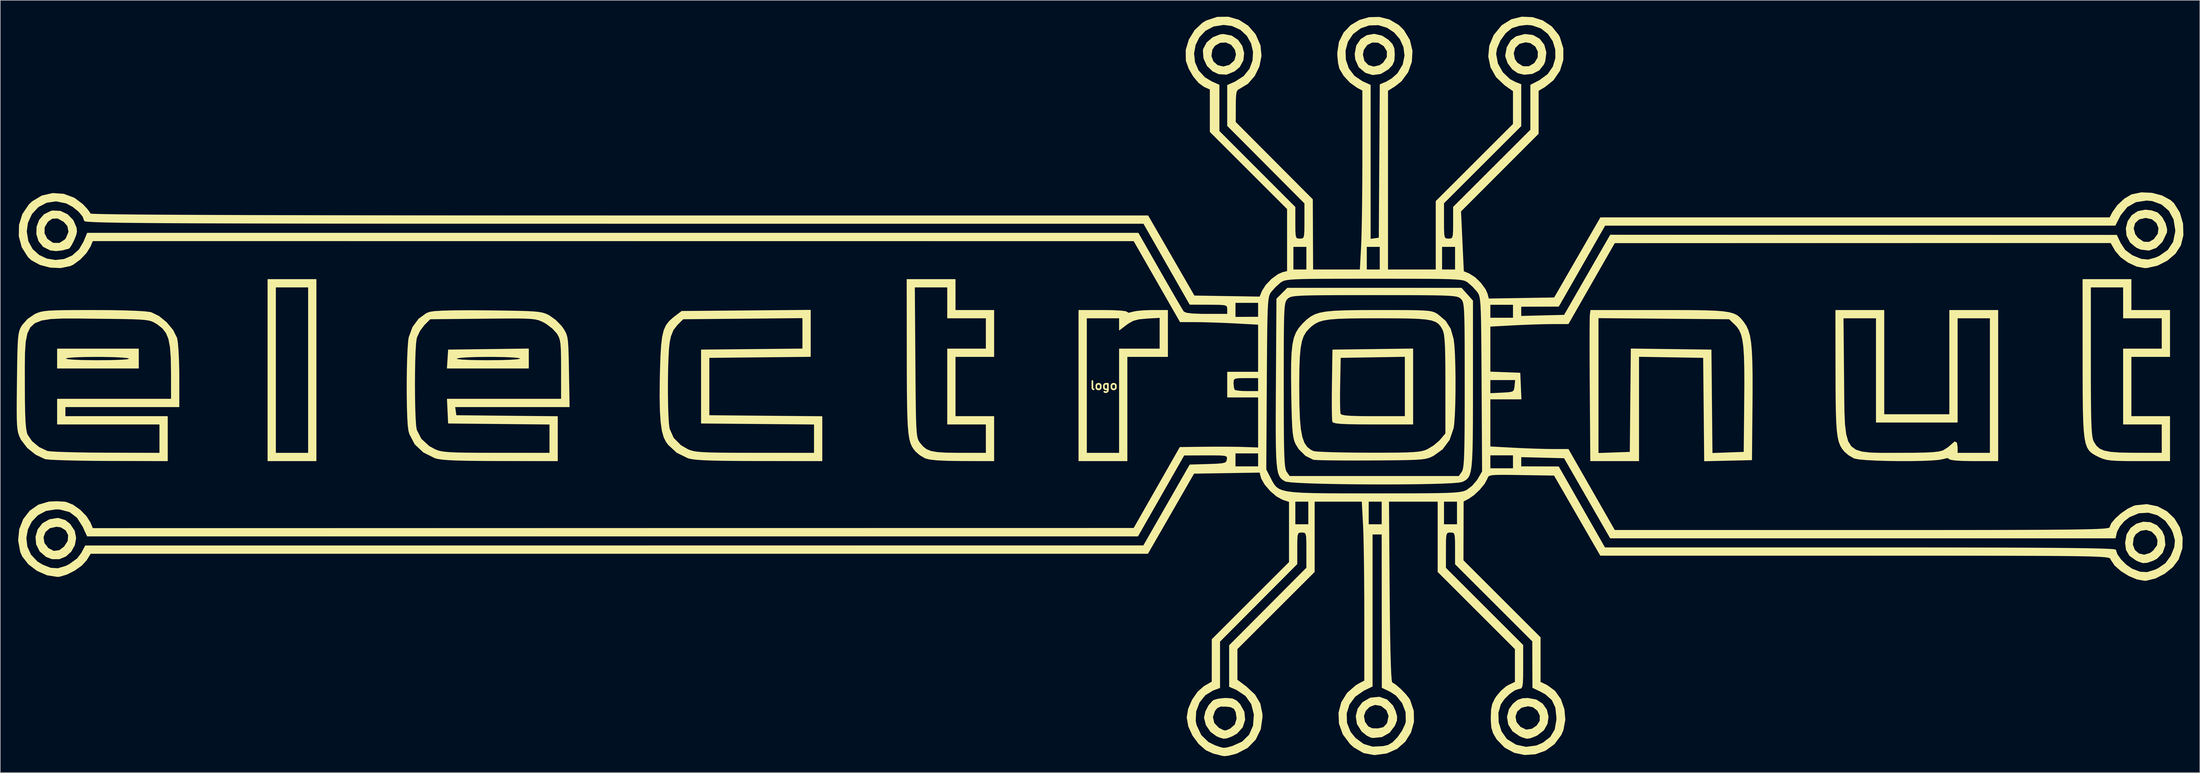
<source format=kicad_pcb>
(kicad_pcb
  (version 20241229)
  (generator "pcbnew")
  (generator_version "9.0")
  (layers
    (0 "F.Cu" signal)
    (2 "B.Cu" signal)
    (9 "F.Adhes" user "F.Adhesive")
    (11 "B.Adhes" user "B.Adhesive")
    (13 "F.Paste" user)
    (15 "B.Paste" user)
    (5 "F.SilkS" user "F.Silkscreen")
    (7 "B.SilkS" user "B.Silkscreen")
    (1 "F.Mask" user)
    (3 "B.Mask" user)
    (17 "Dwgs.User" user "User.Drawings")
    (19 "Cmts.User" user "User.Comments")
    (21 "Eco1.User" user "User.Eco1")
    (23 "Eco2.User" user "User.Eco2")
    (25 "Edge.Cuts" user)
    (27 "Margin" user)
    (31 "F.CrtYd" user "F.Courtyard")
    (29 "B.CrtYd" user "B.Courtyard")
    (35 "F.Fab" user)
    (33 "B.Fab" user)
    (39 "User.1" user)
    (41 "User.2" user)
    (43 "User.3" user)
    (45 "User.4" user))
  (footprint "logo"
    (layer "F.Cu")
    (at 198.642 67.426)
    (property "Reference" "logo" (at 0 0 0) (layer "F.SilkS") (effects (font (size 1.524 1.524) (thickness 0.3))))
    (attr through_hole)
    (fp_poly (pts (xy -143.933 13.758) (xy -145.344 13.758) (xy -145.344 12.347) (xy -145.344 -2.822) (xy -145.344 -17.992) (xy -148.343 -17.992) (xy -151.342 -17.992) (xy -151.342 -2.822) (xy -151.342 12.347) (xy -148.343 12.347) (xy -145.344 12.347) (xy -145.344 13.758) (xy -148.343 13.758) (xy -152.753 13.758) (xy -152.753 -2.822) (xy -152.753 -19.403) (xy -148.343 -19.403) (xy -143.933 -19.403) (xy -143.933 -2.822) (xy -143.933 13.758)) (stroke (width 0.1) (type solid)) (fill yes) (layer "F.SilkS"))
    (fp_poly (pts (xy -176.389 -3.175) (xy -177.976 -3.175) (xy -177.976 -4.939) (xy -178.404 -5.072) (xy -179.454 -5.178) (xy -181.041 -5.251) (xy -183.083 -5.288) (xy -183.994 -5.292) (xy -186.284 -5.271) (xy -188.044 -5.21) (xy -189.222 -5.113) (xy -189.764 -4.983) (xy -189.794 -4.939) (xy -189.45 -4.801) (xy -188.452 -4.695) (xy -186.851 -4.623) (xy -184.697 -4.589) (xy -183.776 -4.586) (xy -181.347 -4.606) (xy -179.558 -4.665) (xy -178.428 -4.761) (xy -177.977 -4.894) (xy -177.976 -4.939) (xy -177.976 -3.175) (xy -183.797 -3.175) (xy -191.206 -3.175) (xy -191.206 -4.939) (xy -191.206 -6.703) (xy -183.797 -6.703) (xy -176.389 -6.703) (xy -176.389 -4.939) (xy -176.389 -3.175)) (stroke (width 0.1) (type solid)) (fill yes) (layer "F.SilkS"))
    (fp_poly (pts (xy -105.128 -3.175) (xy -106.539 -3.175) (xy -106.539 -4.939) (xy -106.882 -5.078) (xy -107.878 -5.185) (xy -109.471 -5.257) (xy -111.609 -5.29) (xy -112.339 -5.292) (xy -114.536 -5.271) (xy -116.313 -5.211) (xy -117.584 -5.117) (xy -118.268 -4.994) (xy -118.357 -4.939) (xy -118.107 -4.796) (xy -117.173 -4.689) (xy -115.573 -4.619) (xy -113.327 -4.588) (xy -112.557 -4.586) (xy -110.213 -4.606) (xy -108.402 -4.665) (xy -107.176 -4.759) (xy -106.586 -4.885) (xy -106.539 -4.939) (xy -106.539 -3.175) (xy -112.555 -3.175) (xy -119.983 -3.175) (xy -119.876 -4.851) (xy -119.768 -6.526) (xy -112.448 -6.622) (xy -105.128 -6.717) (xy -105.128 -4.946) (xy -105.128 -3.175)) (stroke (width 0.1) (type solid)) (fill yes) (layer "F.SilkS"))
    (fp_poly (pts (xy -187.832 27.86) (xy -188.061 29.154) (xy -188.695 30.3) (xy -189.189 30.757) (xy -189.189 27.347) (xy -189.64 26.445) (xy -190.562 25.871) (xy -191.377 25.753) (xy -192.602 26.028) (xy -193.429 26.74) (xy -193.792 27.716) (xy -193.623 28.782) (xy -192.91 29.722) (xy -191.871 30.275) (xy -190.84 30.131) (xy -189.955 29.473) (xy -189.273 28.412) (xy -189.189 27.347) (xy -189.189 30.757) (xy -189.649 31.182) (xy -190.839 31.682) (xy -192.181 31.682) (xy -193.237 31.282) (xy -194.402 30.292) (xy -195.036 29.023) (xy -195.153 27.642) (xy -194.769 26.312) (xy -193.898 25.197) (xy -192.63 24.487) (xy -191.093 24.237) (xy -189.781 24.63) (xy -188.93 25.303) (xy -188.094 26.537) (xy -187.832 27.86)) (stroke (width 0.1) (type solid)) (fill yes) (layer "F.SilkS"))
    (fp_poly (pts (xy 25.572 -60.769) (xy 25.433 -59.453) (xy 24.776 -58.249) (xy 24.18 -57.744) (xy 24.18 -60.502) (xy 23.974 -61.42) (xy 23.275 -62.332) (xy 22.28 -62.759) (xy 21.204 -62.699) (xy 20.262 -62.154) (xy 19.771 -61.42) (xy 19.59 -60.236) (xy 19.966 -59.229) (xy 20.752 -58.529) (xy 21.802 -58.269) (xy 22.946 -58.569) (xy 23.88 -59.401) (xy 24.18 -60.502) (xy 24.18 -57.744) (xy 23.864 -57.477) (xy 22.401 -56.881) (xy 20.988 -56.966) (xy 19.88 -57.477) (xy 18.867 -58.461) (xy 18.246 -59.801) (xy 18.132 -61.216) (xy 18.191 -61.525) (xy 18.813 -62.694) (xy 19.909 -63.624) (xy 21.251 -64.147) (xy 21.852 -64.206) (xy 23.335 -63.917) (xy 24.479 -63.149) (xy 25.24 -62.05) (xy 25.572 -60.769)) (stroke (width 0.1) (type solid)) (fill yes) (layer "F.SilkS"))
    (fp_poly (pts (xy 53.093 -60.501) (xy 53.013 -59.372) (xy 52.674 -58.591) (xy 51.941 -57.827) (xy 51.754 -57.714) (xy 51.754 -61.11) (xy 51.153 -62.089) (xy 50.118 -62.717) (xy 49.031 -62.757) (xy 48.075 -62.285) (xy 47.435 -61.378) (xy 47.272 -60.467) (xy 47.554 -59.307) (xy 48.284 -58.548) (xy 49.285 -58.259) (xy 50.382 -58.51) (xy 51.042 -58.975) (xy 51.731 -60.011) (xy 51.754 -61.11) (xy 51.754 -57.714) (xy 50.575 -57.005) (xy 49.106 -56.81) (xy 47.801 -57.207) (xy 46.592 -58.225) (xy 45.967 -59.634) (xy 45.869 -60.617) (xy 46.153 -62.137) (xy 46.93 -63.286) (xy 48.058 -64.006) (xy 49.396 -64.235) (xy 50.804 -63.916) (xy 51.941 -63.176) (xy 52.682 -62.4) (xy 53.016 -61.617) (xy 53.093 -60.501)) (stroke (width 0.1) (type solid)) (fill yes) (layer "F.SilkS"))
    (fp_poly (pts (xy 80.789 -60.899) (xy 80.594 -59.326) (xy 80.365 -58.728) (xy 79.52 -57.658) (xy 79.337 -57.564) (xy 79.337 -61.036) (xy 78.865 -61.991) (xy 77.958 -62.631) (xy 77.047 -62.794) (xy 75.9 -62.508) (xy 75.136 -61.768) (xy 74.826 -60.758) (xy 75.045 -59.658) (xy 75.508 -58.98) (xy 76.531 -58.327) (xy 77.659 -58.312) (xy 78.669 -58.914) (xy 79.298 -59.949) (xy 79.337 -61.036) (xy 79.337 -57.564) (xy 78.267 -57.015) (xy 76.805 -56.867) (xy 75.631 -57.143) (xy 74.623 -57.853) (xy 73.809 -58.947) (xy 73.395 -60.131) (xy 73.378 -60.39) (xy 73.649 -61.833) (xy 74.37 -63.058) (xy 75.308 -63.784) (xy 76.927 -64.208) (xy 78.386 -64.03) (xy 79.583 -63.352) (xy 80.418 -62.274) (xy 80.789 -60.899)) (stroke (width 0.1) (type solid)) (fill yes) (layer "F.SilkS"))
    (fp_poly (pts (xy 194.212 -28.572) (xy 194.169 -27.977) (xy 193.366 -26.302) (xy 192.727 -25.668) (xy 192.727 -28.781) (xy 192.34 -29.747) (xy 191.491 -30.442) (xy 190.318 -30.692) (xy 189.126 -30.418) (xy 188.364 -29.708) (xy 188.096 -28.728) (xy 188.385 -27.646) (xy 188.896 -26.971) (xy 189.951 -26.242) (xy 190.98 -26.212) (xy 191.852 -26.723) (xy 192.587 -27.715) (xy 192.727 -28.781) (xy 192.727 -25.668) (xy 192.264 -25.208) (xy 190.931 -24.73) (xy 189.44 -24.903) (xy 188.652 -25.247) (xy 187.51 -26.196) (xy 186.891 -27.407) (xy 186.761 -28.729) (xy 187.082 -30.009) (xy 187.82 -31.099) (xy 188.938 -31.847) (xy 190.293 -32.103) (xy 191.443 -31.963) (xy 192.427 -31.619) (xy 192.575 -31.528) (xy 193.336 -30.729) (xy 193.924 -29.649) (xy 194.212 -28.572)) (stroke (width 0.1) (type solid)) (fill yes) (layer "F.SilkS"))
    (fp_poly (pts (xy 81.183 60.499) (xy 81.018 61.787) (xy 80.355 62.968) (xy 79.685 63.494) (xy 79.685 60.296) (xy 79.23 59.385) (xy 78.394 58.747) (xy 77.496 58.561) (xy 76.288 58.833) (xy 75.484 59.533) (xy 75.147 60.487) (xy 75.341 61.522) (xy 76.079 62.422) (xy 77.149 62.936) (xy 78.23 62.767) (xy 79.11 62.169) (xy 79.674 61.288) (xy 79.685 60.296) (xy 79.685 63.494) (xy 79.166 63.901) (xy 78.811 64.066) (xy 77.892 64.423) (xy 77.262 64.501) (xy 76.562 64.298) (xy 75.981 64.051) (xy 74.697 63.165) (xy 73.924 61.947) (xy 73.696 60.561) (xy 74.047 59.174) (xy 74.762 58.181) (xy 75.603 57.496) (xy 76.513 57.2) (xy 77.435 57.15) (xy 78.976 57.431) (xy 80.134 58.178) (xy 80.879 59.249) (xy 81.183 60.499)) (stroke (width 0.1) (type solid)) (fill yes) (layer "F.SilkS"))
    (fp_poly (pts (xy 193.884 29.142) (xy 193.413 30.534) (xy 192.548 31.433) (xy 192.548 28.25) (xy 192.242 27.477) (xy 191.464 26.654) (xy 190.432 26.337) (xy 189.365 26.509) (xy 188.479 27.151) (xy 188.097 27.832) (xy 187.946 29.079) (xy 188.327 30.08) (xy 189.088 30.739) (xy 190.081 30.959) (xy 191.153 30.643) (xy 191.751 30.179) (xy 192.467 29.206) (xy 192.548 28.25) (xy 192.548 31.433) (xy 192.385 31.603) (xy 191.742 31.946) (xy 190.641 32.343) (xy 189.831 32.4) (xy 188.986 32.113) (xy 188.593 31.917) (xy 187.401 31.078) (xy 186.789 30.017) (xy 186.631 28.742) (xy 186.896 27.215) (xy 187.625 26.056) (xy 188.677 25.288) (xy 189.911 24.935) (xy 191.188 25.019) (xy 192.366 25.565) (xy 193.306 26.594) (xy 193.732 27.568) (xy 193.884 29.142)) (stroke (width 0.1) (type solid)) (fill yes) (layer "F.SilkS"))
    (fp_poly (pts (xy 56.444 7.056) (xy 55.033 7.056) (xy 55.033 5.644) (xy 55.033 0.168) (xy 55.033 -5.309) (xy 49.124 -5.212) (xy 43.215 -5.115) (xy 43.117 -0.193) (xy 43.093 1.627) (xy 43.096 3.212) (xy 43.124 4.418) (xy 43.175 5.104) (xy 43.194 5.186) (xy 43.435 5.366) (xy 44.055 5.495) (xy 45.133 5.581) (xy 46.749 5.628) (xy 48.983 5.644) (xy 49.201 5.644) (xy 55.033 5.644) (xy 55.033 7.056) (xy 49.201 7.056) (xy 46.625 7.045) (xy 44.681 7.011) (xy 43.296 6.95) (xy 42.399 6.855) (xy 41.917 6.724) (xy 41.785 6.603) (xy 41.734 6.117) (xy 41.7 5.049) (xy 41.684 3.52) (xy 41.687 1.652) (xy 41.708 -0.188) (xy 41.804 -6.526) (xy 49.124 -6.622) (xy 56.444 -6.717) (xy 56.444 0.169) (xy 56.444 7.056)) (stroke (width 0.1) (type solid)) (fill yes) (layer "F.SilkS"))
    (fp_poly (pts (xy -187.679 -28.152) (xy -187.82 -27.52) (xy -188.164 -26.653) (xy -188.592 -25.793) (xy -188.986 -25.188) (xy -189.128 -25.082) (xy -189.128 -28.099) (xy -189.34 -29.184) (xy -190.018 -29.961) (xy -191.155 -30.591) (xy -192.159 -30.55) (xy -192.969 -29.986) (xy -193.579 -28.951) (xy -193.603 -27.823) (xy -193.093 -26.806) (xy -192.106 -26.102) (xy -191.911 -26.033) (xy -190.815 -26.03) (xy -189.84 -26.646) (xy -189.607 -26.934) (xy -189.128 -28.099) (xy -189.128 -25.082) (xy -189.174 -25.047) (xy -189.543 -24.963) (xy -190.301 -24.759) (xy -190.326 -24.752) (xy -191.453 -24.632) (xy -192.506 -24.757) (xy -193.783 -25.4) (xy -194.612 -26.427) (xy -195.002 -27.682) (xy -194.962 -29.012) (xy -194.499 -30.26) (xy -193.623 -31.272) (xy -192.342 -31.894) (xy -192.109 -31.946) (xy -190.671 -31.888) (xy -189.359 -31.262) (xy -188.332 -30.206) (xy -187.752 -28.856) (xy -187.679 -28.152)) (stroke (width 0.1) (type solid)) (fill yes) (layer "F.SilkS"))
    (fp_poly (pts (xy 53.518 60.465) (xy 53.489 61.226) (xy 53.132 62.133) (xy 53.129 62.14) (xy 52.158 63.427) (xy 52.056 63.484) (xy 52.056 60.386) (xy 51.656 59.306) (xy 50.662 58.515) (xy 50.629 58.499) (xy 49.537 58.32) (xy 48.545 58.678) (xy 47.802 59.42) (xy 47.456 60.397) (xy 47.657 61.455) (xy 47.678 61.495) (xy 48.265 62.334) (xy 49.016 62.693) (xy 50.092 62.71) (xy 51.069 62.486) (xy 51.666 61.876) (xy 51.806 61.608) (xy 52.056 60.386) (xy 52.056 63.484) (xy 50.795 64.196) (xy 49.203 64.366) (xy 48.82 64.311) (xy 48.096 63.97) (xy 47.258 63.309) (xy 47.1 63.151) (xy 46.28 61.853) (xy 46.064 60.44) (xy 46.406 59.074) (xy 47.263 57.92) (xy 48.589 57.141) (xy 48.764 57.084) (xy 50.338 56.933) (xy 51.71 57.424) (xy 52.771 58.497) (xy 53.233 59.457) (xy 53.518 60.465)) (stroke (width 0.1) (type solid)) (fill yes) (layer "F.SilkS"))
    (fp_poly (pts (xy 25.757 61.091) (xy 25.306 62.457) (xy 24.299 63.574) (xy 24.298 63.574) (xy 24.298 60.886) (xy 24.121 59.658) (xy 23.781 59.042) (xy 23.172 58.739) (xy 22.327 58.63) (xy 21.317 58.629) (xy 20.702 58.894) (xy 20.247 59.451) (xy 19.867 60.589) (xy 20.119 61.692) (xy 20.946 62.565) (xy 21.173 62.694) (xy 21.838 63.027) (xy 22.233 63.093) (xy 22.739 62.9) (xy 23.099 62.734) (xy 23.946 61.997) (xy 24.298 60.886) (xy 24.298 63.574) (xy 23.425 64.066) (xy 22.508 64.422) (xy 21.879 64.5) (xy 21.178 64.299) (xy 20.572 64.042) (xy 19.492 63.245) (xy 18.685 62.051) (xy 18.346 60.753) (xy 18.344 60.678) (xy 18.574 59.603) (xy 19.145 58.486) (xy 19.876 57.653) (xy 20.089 57.513) (xy 20.858 57.287) (xy 21.961 57.16) (xy 22.347 57.15) (xy 23.459 57.238) (xy 24.218 57.602) (xy 24.839 58.235) (xy 25.614 59.631) (xy 25.757 61.091)) (stroke (width 0.1) (type solid)) (fill yes) (layer "F.SilkS"))
    (fp_poly (pts (xy 11.642 -5.292) (xy 10.231 -5.292) (xy 10.231 -6.703) (xy 10.231 -9.565) (xy 10.231 -12.427) (xy 7.844 -12.292) (xy 6.38 -12.152) (xy 5.339 -11.875) (xy 4.442 -11.373) (xy 4.14 -11.152) (xy 2.822 -10.147) (xy 2.822 -11.247) (xy 2.822 -12.347) (xy -0.176 -12.347) (xy -3.175 -12.347) (xy -3.175 0) (xy -3.175 12.347) (xy -0.176 12.347) (xy 2.822 12.347) (xy 2.822 2.822) (xy 2.822 -6.703) (xy 6.526 -6.703) (xy 10.231 -6.703) (xy 10.231 -5.292) (xy 7.938 -5.292) (xy 4.233 -5.292) (xy 4.233 4.233) (xy 4.233 13.758) (xy -0.176 13.758) (xy -4.586 13.758) (xy -4.586 0) (xy -4.586 -13.758) (xy -0.176 -13.758) (xy 1.667 -13.732) (xy 3.079 -13.658) (xy 3.964 -13.544) (xy 4.233 -13.414) (xy 4.514 -13.248) (xy 5.138 -13.414) (xy 5.923 -13.58) (xy 7.165 -13.702) (xy 8.616 -13.757) (xy 8.842 -13.758) (xy 11.642 -13.758) (xy 11.642 -9.525) (xy 11.642 -5.292)) (stroke (width 0.1) (type solid)) (fill yes) (layer "F.SilkS"))
    (fp_poly (pts (xy 118.468 -1.78) (xy 118.467 1.305) (xy 118.451 3.55) (xy 118.357 13.582) (xy 117.063 13.612) (xy 117.063 -0.519) (xy 117.049 -3.234) (xy 116.989 -5.401) (xy 116.874 -7.1) (xy 116.693 -8.41) (xy 116.438 -9.409) (xy 116.098 -10.176) (xy 115.663 -10.79) (xy 115.321 -11.148) (xy 114.255 -12.171) (xy 102.283 -12.272) (xy 90.311 -12.374) (xy 90.311 0.001) (xy 90.311 12.376) (xy 93.222 12.273) (xy 96.132 12.171) (xy 96.226 2.727) (xy 96.32 -6.717) (xy 103.634 -6.622) (xy 110.949 -6.526) (xy 111.043 2.925) (xy 111.137 12.376) (xy 114.041 12.273) (xy 116.946 12.171) (xy 117.04 2.822) (xy 117.063 -0.519) (xy 117.063 13.612) (xy 114.041 13.681) (xy 109.725 13.78) (xy 109.631 4.332) (xy 109.537 -5.115) (xy 103.628 -5.212) (xy 97.719 -5.309) (xy 97.719 4.225) (xy 97.719 13.758) (xy 93.318 13.758) (xy 88.917 13.758) (xy 88.82 0.794) (xy 88.801 -2.192) (xy 88.789 -4.979) (xy 88.785 -7.482) (xy 88.787 -9.616) (xy 88.797 -11.298) (xy 88.813 -12.442) (xy 88.836 -12.965) (xy 88.949 -13.758) (xy 101.283 -13.758) (xy 104.789 -13.755) (xy 107.662 -13.74) (xy 109.975 -13.701) (xy 111.801 -13.63) (xy 113.213 -13.515) (xy 114.284 -13.346) (xy 115.086 -13.113) (xy 115.693 -12.806) (xy 116.177 -12.414) (xy 116.611 -11.927) (xy 116.902 -11.554) (xy 117.349 -10.878) (xy 117.709 -10.091) (xy 117.989 -9.117) (xy 118.196 -7.877) (xy 118.34 -6.292) (xy 118.428 -4.286) (xy 118.468 -1.78)) (stroke (width 0.1) (type solid)) (fill yes) (layer "F.SilkS"))
    (fp_poly (pts (xy -20.108 13.758) (xy -21.519 13.755) (xy -21.519 12.347) (xy -21.519 9.701) (xy -21.519 7.056) (xy -25.047 7.056) (xy -28.575 7.056) (xy -28.575 0.176) (xy -28.575 -6.703) (xy -25.047 -6.703) (xy -21.519 -6.703) (xy -21.519 -9.525) (xy -21.519 -12.347) (xy -25.047 -12.347) (xy -28.575 -12.347) (xy -28.575 -15.169) (xy -28.575 -17.992) (xy -31.585 -17.992) (xy -34.596 -17.992) (xy -34.496 -4.259) (xy -34.469 -0.781) (xy -34.443 2.061) (xy -34.412 4.338) (xy -34.373 6.12) (xy -34.322 7.478) (xy -34.255 8.48) (xy -34.168 9.198) (xy -34.057 9.701) (xy -33.918 10.06) (xy -33.746 10.345) (xy -33.656 10.47) (xy -33.068 11.17) (xy -32.421 11.671) (xy -31.591 12.007) (xy -30.452 12.209) (xy -28.877 12.31) (xy -26.742 12.341) (xy -26.37 12.342) (xy -21.519 12.347) (xy -21.519 13.755) (xy -25.841 13.745) (xy -28.477 13.711) (xy -30.458 13.621) (xy -31.829 13.472) (xy -32.632 13.264) (xy -33.609 12.692) (xy -34.341 12.066) (xy -34.727 11.599) (xy -35.046 11.097) (xy -35.304 10.492) (xy -35.509 9.715) (xy -35.666 8.698) (xy -35.782 7.371) (xy -35.863 5.667) (xy -35.916 3.516) (xy -35.947 0.851) (xy -35.963 -2.398) (xy -35.968 -5.38) (xy -35.983 -19.403) (xy -31.574 -19.403) (xy -27.164 -19.403) (xy -27.164 -16.581) (xy -27.164 -13.758) (xy -23.636 -13.758) (xy -20.108 -13.758) (xy -20.108 -9.525) (xy -20.108 -5.292) (xy -23.636 -5.292) (xy -27.164 -5.292) (xy -27.164 0.176) (xy -27.164 5.644) (xy -23.636 5.644) (xy -20.108 5.644) (xy -20.108 9.701) (xy -20.108 13.758)) (stroke (width 0.1) (type solid)) (fill yes) (layer "F.SilkS"))
    (fp_poly (pts (xy 194.733 13.758) (xy 193.322 13.758) (xy 193.322 12.347) (xy 193.322 9.701) (xy 193.322 7.056) (xy 189.794 7.056) (xy 186.267 7.056) (xy 186.267 0.176) (xy 186.267 -6.703) (xy 189.794 -6.703) (xy 193.322 -6.703) (xy 193.322 -9.525) (xy 193.322 -12.347) (xy 189.794 -12.347) (xy 186.267 -12.347) (xy 186.267 -15.169) (xy 186.267 -17.992) (xy 183.268 -17.992) (xy 180.269 -17.992) (xy 180.269 -4.392) (xy 180.273 -0.837) (xy 180.286 2.08) (xy 180.31 4.427) (xy 180.348 6.27) (xy 180.402 7.677) (xy 180.475 8.715) (xy 180.57 9.452) (xy 180.688 9.955) (xy 180.803 10.239) (xy 181.275 10.993) (xy 181.869 11.543) (xy 182.697 11.921) (xy 183.869 12.157) (xy 185.498 12.283) (xy 187.694 12.33) (xy 188.295 12.333) (xy 193.322 12.347) (xy 193.322 13.758) (xy 189.001 13.758) (xy 186.812 13.75) (xy 185.196 13.716) (xy 184.022 13.642) (xy 183.157 13.514) (xy 182.469 13.32) (xy 181.827 13.044) (xy 181.725 12.994) (xy 181.065 12.656) (xy 180.515 12.312) (xy 180.066 11.897) (xy 179.707 11.346) (xy 179.428 10.596) (xy 179.22 9.582) (xy 179.071 8.239) (xy 178.972 6.503) (xy 178.912 4.31) (xy 178.881 1.595) (xy 178.869 -1.706) (xy 178.866 -5.027) (xy 178.858 -19.403) (xy 183.268 -19.403) (xy 187.678 -19.403) (xy 187.678 -16.581) (xy 187.678 -13.758) (xy 191.206 -13.758) (xy 194.733 -13.758) (xy 194.733 -9.525) (xy 194.733 -5.292) (xy 191.206 -5.292) (xy 187.678 -5.292) (xy 187.678 0.176) (xy 187.678 5.644) (xy 191.206 5.644) (xy 194.733 5.644) (xy 194.733 9.701) (xy 194.733 13.758)) (stroke (width 0.1) (type solid)) (fill yes) (layer "F.SilkS"))
    (fp_poly (pts (xy -51.506 13.758) (xy -52.917 13.756) (xy -52.917 12.347) (xy -52.917 9.707) (xy -52.917 7.066) (xy -63.235 6.973) (xy -73.554 6.879) (xy -73.554 0.176) (xy -73.554 -6.526) (xy -64.294 -6.62) (xy -55.033 -6.714) (xy -55.033 -9.545) (xy -55.033 -12.376) (xy -65.963 -12.273) (xy -76.893 -12.171) (xy -77.964 -11.099) (xy -78.699 -10.162) (xy -79.16 -8.989) (xy -79.379 -7.924) (xy -79.507 -6.752) (xy -79.603 -5.084) (xy -79.669 -3.07) (xy -79.703 -0.86) (xy -79.705 1.397) (xy -79.676 3.549) (xy -79.615 5.447) (xy -79.522 6.941) (xy -79.397 7.881) (xy -79.396 7.883) (xy -78.652 9.587) (xy -77.29 10.953) (xy -76.024 11.68) (xy -75.566 11.866) (xy -75.032 12.013) (xy -74.338 12.126) (xy -73.4 12.209) (xy -72.136 12.268) (xy -70.463 12.306) (xy -68.296 12.327) (xy -65.553 12.337) (xy -63.765 12.339) (xy -52.917 12.347) (xy -52.917 13.756) (xy -63.059 13.743) (xy -66.456 13.732) (xy -69.217 13.706) (xy -71.41 13.663) (xy -73.106 13.6) (xy -74.374 13.515) (xy -75.282 13.405) (xy -75.9 13.266) (xy -76.003 13.232) (xy -78.027 12.233) (xy -79.566 10.814) (xy -79.963 10.278) (xy -80.388 9.433) (xy -80.711 8.26) (xy -80.938 6.689) (xy -81.074 4.651) (xy -81.125 2.078) (xy -81.097 -1.101) (xy -81.065 -2.572) (xy -80.98 -5.245) (xy -80.856 -7.319) (xy -80.666 -8.898) (xy -80.383 -10.089) (xy -79.979 -10.997) (xy -79.426 -11.729) (xy -78.698 -12.388) (xy -78.47 -12.565) (xy -77.138 -13.582) (xy -65.38 -13.684) (xy -53.622 -13.785) (xy -53.622 -9.544) (xy -53.622 -5.303) (xy -62.883 -5.209) (xy -72.143 -5.115) (xy -72.143 0.176) (xy -72.143 5.468) (xy -61.824 5.562) (xy -51.506 5.655) (xy -51.506 9.707) (xy -51.506 13.758)) (stroke (width 0.1) (type solid)) (fill yes) (layer "F.SilkS"))
    (fp_poly (pts (xy 163.336 13.758) (xy 161.925 13.758) (xy 161.925 12.347) (xy 161.925 0) (xy 161.925 -12.347) (xy 158.926 -12.347) (xy 155.928 -12.347) (xy 155.928 -2.822) (xy 155.928 6.703) (xy 148.519 6.703) (xy 141.111 6.703) (xy 141.111 -2.822) (xy 141.111 -12.347) (xy 138.094 -12.347) (xy 135.076 -12.347) (xy 135.183 -1.436) (xy 135.211 2.044) (xy 135.253 4.883) (xy 135.357 7.148) (xy 135.572 8.903) (xy 135.944 10.212) (xy 136.524 11.141) (xy 137.359 11.754) (xy 138.498 12.116) (xy 139.988 12.291) (xy 141.878 12.346) (xy 144.217 12.344) (xy 145.45 12.342) (xy 148.048 12.332) (xy 150.03 12.292) (xy 151.486 12.217) (xy 152.505 12.102) (xy 153.178 11.941) (xy 153.413 11.841) (xy 154.274 11.296) (xy 154.85 10.783) (xy 155.438 10.281) (xy 155.801 10.446) (xy 155.928 11.272) (xy 155.928 11.289) (xy 155.928 12.347) (xy 158.926 12.347) (xy 161.925 12.347) (xy 161.925 13.758) (xy 158.956 13.758) (xy 156.939 13.728) (xy 155.483 13.641) (xy 154.642 13.502) (xy 154.451 13.384) (xy 154.113 13.185) (xy 153.34 13.384) (xy 152.574 13.532) (xy 151.251 13.643) (xy 149.507 13.716) (xy 147.482 13.755) (xy 145.312 13.758) (xy 143.136 13.728) (xy 141.092 13.665) (xy 139.316 13.571) (xy 137.949 13.446) (xy 137.126 13.291) (xy 137.054 13.264) (xy 136.077 12.692) (xy 135.345 12.066) (xy 134.921 11.541) (xy 134.577 10.965) (xy 134.307 10.26) (xy 134.1 9.348) (xy 133.948 8.152) (xy 133.843 6.595) (xy 133.776 4.598) (xy 133.738 2.083) (xy 133.721 -1.025) (xy 133.718 -2.558) (xy 133.703 -13.758) (xy 138.113 -13.758) (xy 142.522 -13.758) (xy 142.522 -4.233) (xy 142.522 5.292) (xy 148.519 5.292) (xy 154.517 5.292) (xy 154.517 -4.233) (xy 154.517 -13.758) (xy 158.926 -13.758) (xy 163.336 -13.758) (xy 163.336 0) (xy 163.336 13.758)) (stroke (width 0.1) (type solid)) (fill yes) (layer "F.SilkS"))
    (fp_poly (pts (xy 67.381 -0.153) (xy 67.379 3.728) (xy 67.37 6.966) (xy 67.346 9.622) (xy 67.301 11.759) (xy 67.228 13.439) (xy 67.121 14.723) (xy 66.972 15.675) (xy 66.774 16.355) (xy 66.522 16.827) (xy 66.208 17.151) (xy 65.969 17.301) (xy 65.969 -0.078) (xy 65.968 -3.738) (xy 65.963 -6.758) (xy 65.951 -9.202) (xy 65.93 -11.136) (xy 65.895 -12.626) (xy 65.845 -13.737) (xy 65.776 -14.533) (xy 65.686 -15.081) (xy 65.571 -15.444) (xy 65.429 -15.69) (xy 65.264 -15.875) (xy 65.071 -16.046) (xy 64.823 -16.186) (xy 64.454 -16.3) (xy 63.9 -16.389) (xy 63.094 -16.457) (xy 61.973 -16.507) (xy 60.472 -16.541) (xy 58.524 -16.563) (xy 56.065 -16.575) (xy 53.031 -16.58) (xy 49.389 -16.581) (xy 45.719 -16.58) (xy 42.689 -16.575) (xy 40.235 -16.563) (xy 38.292 -16.541) (xy 36.793 -16.507) (xy 35.675 -16.457) (xy 34.873 -16.389) (xy 34.32 -16.299) (xy 33.952 -16.185) (xy 33.705 -16.044) (xy 33.514 -15.875) (xy 33.343 -15.682) (xy 33.202 -15.433) (xy 33.088 -15.063) (xy 32.999 -14.507) (xy 32.931 -13.7) (xy 32.881 -12.576) (xy 32.847 -11.07) (xy 32.826 -9.117) (xy 32.814 -6.651) (xy 32.809 -3.608) (xy 32.808 -0.078) (xy 32.811 3.642) (xy 32.821 6.721) (xy 32.839 9.222) (xy 32.869 11.207) (xy 32.913 12.741) (xy 32.972 13.887) (xy 33.049 14.709) (xy 33.146 15.27) (xy 33.265 15.633) (xy 33.358 15.797) (xy 33.907 16.581) (xy 49.389 16.581) (xy 64.871 16.581) (xy 65.42 15.797) (xy 65.556 15.529) (xy 65.667 15.106) (xy 65.757 14.465) (xy 65.828 13.541) (xy 65.881 12.271) (xy 65.92 10.592) (xy 65.946 8.44) (xy 65.961 5.752) (xy 65.968 2.464) (xy 65.969 -0.078) (xy 65.969 17.301) (xy 65.826 17.391) (xy 65.45 17.57) (xy 64.833 17.689) (xy 63.607 17.79) (xy 61.861 17.872) (xy 59.687 17.935) (xy 57.175 17.981) (xy 54.415 18.01) (xy 51.498 18.022) (xy 48.514 18.016) (xy 45.553 17.994) (xy 42.707 17.956) (xy 40.065 17.901) (xy 37.718 17.832) (xy 35.756 17.746) (xy 34.27 17.646) (xy 33.351 17.531) (xy 33.122 17.463) (xy 32.718 17.224) (xy 32.382 16.943) (xy 32.108 16.559) (xy 31.89 16.009) (xy 31.723 15.231) (xy 31.6 14.163) (xy 31.516 12.743) (xy 31.466 10.908) (xy 31.443 8.596) (xy 31.442 5.746) (xy 31.458 2.295) (xy 31.474 -0.445) (xy 31.574 -15.86) (xy 32.552 -16.837) (xy 33.53 -17.815) (xy 49.426 -17.815) (xy 65.322 -17.815) (xy 66.351 -16.663) (xy 67.381 -15.511) (xy 67.381 -0.153)) (stroke (width 0.1) (type solid)) (fill yes) (layer "F.SilkS"))
    (fp_poly (pts (xy -97.676 3.881) (xy -99.131 3.881) (xy -99.131 2.469) (xy -99.131 -2.946) (xy -99.138 -5.038) (xy -99.169 -6.554) (xy -99.24 -7.623) (xy -99.366 -8.374) (xy -99.564 -8.936) (xy -99.848 -9.439) (xy -99.927 -9.561) (xy -100.744 -10.46) (xy -101.858 -11.308) (xy -102.308 -11.565) (xy -102.8 -11.804) (xy -103.282 -11.989) (xy -103.845 -12.127) (xy -104.581 -12.222) (xy -105.582 -12.28) (xy -106.938 -12.308) (xy -108.741 -12.311) (xy -111.082 -12.295) (xy -113.5 -12.271) (xy -123.107 -12.171) (xy -124.196 -11.081) (xy -124.983 -10.037) (xy -125.54 -8.844) (xy -125.605 -8.612) (xy -125.721 -7.737) (xy -125.811 -6.317) (xy -125.875 -4.489) (xy -125.913 -2.393) (xy -125.925 -0.166) (xy -125.911 2.052) (xy -125.872 4.123) (xy -125.807 5.909) (xy -125.717 7.271) (xy -125.601 8.071) (xy -125.597 8.085) (xy -124.761 9.746) (xy -123.314 11.082) (xy -122.237 11.68) (xy -121.755 11.875) (xy -121.192 12.027) (xy -120.459 12.142) (xy -119.468 12.225) (xy -118.13 12.281) (xy -116.356 12.315) (xy -114.057 12.333) (xy -111.144 12.339) (xy -111.037 12.339) (xy -101.247 12.347) (xy -101.247 9.707) (xy -101.247 7.067) (xy -110.508 6.973) (xy -119.768 6.879) (xy -119.873 4.674) (xy -119.978 2.469) (xy -109.554 2.469) (xy -99.131 2.469) (xy -99.131 3.881) (xy -108.129 3.881) (xy -118.582 3.881) (xy -118.47 4.674) (xy -118.357 5.468) (xy -109.097 5.562) (xy -99.836 5.656) (xy -99.836 9.707) (xy -99.836 13.758) (xy -110.331 13.743) (xy -113.585 13.73) (xy -116.205 13.7) (xy -118.264 13.65) (xy -119.833 13.577) (xy -120.986 13.478) (xy -121.795 13.349) (xy -122.217 13.232) (xy -124.334 12.172) (xy -125.883 10.709) (xy -126.848 8.86) (xy -127.015 8.263) (xy -127.14 7.328) (xy -127.234 5.833) (xy -127.297 3.921) (xy -127.33 1.737) (xy -127.333 -0.575) (xy -127.307 -2.871) (xy -127.252 -5.006) (xy -127.168 -6.837) (xy -127.057 -8.22) (xy -126.965 -8.83) (xy -126.291 -10.665) (xy -125.19 -12.169) (xy -123.786 -13.19) (xy -123.175 -13.427) (xy -122.334 -13.555) (xy -120.82 -13.647) (xy -118.665 -13.702) (xy -115.901 -13.72) (xy -112.56 -13.698) (xy -112.36 -13.696) (xy -109.507 -13.659) (xy -107.269 -13.621) (xy -105.553 -13.573) (xy -104.268 -13.508) (xy -103.323 -13.418) (xy -102.627 -13.296) (xy -102.087 -13.134) (xy -101.612 -12.925) (xy -101.336 -12.781) (xy -100.191 -11.963) (xy -99.136 -10.882) (xy -98.866 -10.515) (xy -98.523 -9.977) (xy -98.271 -9.473) (xy -98.092 -8.885) (xy -97.971 -8.096) (xy -97.893 -6.989) (xy -97.841 -5.446) (xy -97.799 -3.351) (xy -97.786 -2.585) (xy -97.676 3.881)) (stroke (width 0.1) (type solid)) (fill yes) (layer "F.SilkS"))
    (fp_poly (pts (xy -168.981 3.881) (xy -170.392 3.881) (xy -170.392 2.469) (xy -170.399 -2.558) (xy -170.444 -5.102) (xy -170.592 -7.057) (xy -170.878 -8.532) (xy -171.335 -9.642) (xy -171.999 -10.496) (xy -172.903 -11.207) (xy -173.084 -11.323) (xy -173.506 -11.573) (xy -173.929 -11.77) (xy -174.442 -11.921) (xy -175.133 -12.032) (xy -176.091 -12.112) (xy -177.406 -12.169) (xy -179.167 -12.209) (xy -181.461 -12.241) (xy -184.15 -12.269) (xy -187.528 -12.307) (xy -190.268 -12.306) (xy -192.436 -12.204) (xy -194.099 -11.941) (xy -195.324 -11.455) (xy -196.177 -10.686) (xy -196.725 -9.573) (xy -197.035 -8.055) (xy -197.173 -6.071) (xy -197.207 -3.56) (xy -197.203 -0.461) (xy -197.203 -0.353) (xy -197.191 2.524) (xy -197.153 4.773) (xy -197.085 6.475) (xy -196.983 7.706) (xy -196.842 8.546) (xy -196.714 8.955) (xy -195.881 10.19) (xy -194.586 11.269) (xy -193.072 11.99) (xy -193.043 11.999) (xy -192.447 12.075) (xy -191.247 12.147) (xy -189.544 12.209) (xy -187.442 12.261) (xy -185.04 12.297) (xy -182.442 12.316) (xy -182.298 12.317) (xy -172.508 12.347) (xy -172.508 9.701) (xy -172.508 7.056) (xy -181.857 7.056) (xy -191.206 7.056) (xy -191.206 4.763) (xy -191.206 2.469) (xy -180.799 2.469) (xy -170.392 2.469) (xy -170.392 3.881) (xy -179.387 3.881) (xy -189.794 3.881) (xy -189.794 4.763) (xy -189.794 5.644) (xy -180.446 5.644) (xy -171.097 5.644) (xy -171.097 9.701) (xy -171.097 13.758) (xy -181.769 13.728) (xy -184.491 13.711) (xy -187.025 13.676) (xy -189.273 13.627) (xy -191.138 13.566) (xy -192.523 13.496) (xy -193.33 13.42) (xy -193.451 13.395) (xy -195.148 12.598) (xy -196.684 11.363) (xy -197.805 9.9) (xy -197.918 9.681) (xy -198.146 9.176) (xy -198.32 8.656) (xy -198.445 8.026) (xy -198.529 7.19) (xy -198.576 6.051) (xy -198.592 4.515) (xy -198.584 2.486) (xy -198.556 -0.133) (xy -198.548 -0.775) (xy -198.511 -3.523) (xy -198.473 -5.658) (xy -198.423 -7.275) (xy -198.355 -8.467) (xy -198.26 -9.326) (xy -198.128 -9.947) (xy -197.953 -10.422) (xy -197.725 -10.845) (xy -197.63 -10.999) (xy -196.65 -12.118) (xy -195.365 -13.003) (xy -195.314 -13.028) (xy -194.812 -13.251) (xy -194.278 -13.424) (xy -193.618 -13.552) (xy -192.738 -13.643) (xy -191.543 -13.702) (xy -189.94 -13.736) (xy -187.835 -13.752) (xy -185.133 -13.756) (xy -184.656 -13.756) (xy -181.616 -13.74) (xy -178.984 -13.692) (xy -176.828 -13.617) (xy -175.22 -13.517) (xy -174.23 -13.394) (xy -174.097 -13.363) (xy -172.674 -12.681) (xy -171.273 -11.536) (xy -170.109 -10.142) (xy -169.397 -8.715) (xy -169.376 -8.642) (xy -169.239 -7.797) (xy -169.123 -6.409) (xy -169.036 -4.642) (xy -168.989 -2.657) (xy -168.983 -1.676) (xy -168.981 3.881)) (stroke (width 0.1) (type solid)) (fill yes) (layer "F.SilkS"))
    (fp_poly (pts (xy 64.193 -1.234) (xy 64.188 1.132) (xy 64.148 3.396) (xy 64.071 5.396) (xy 63.958 6.972) (xy 63.851 7.77) (xy 63.121 9.914) (xy 62.442 10.819) (xy 62.442 8.765) (xy 62.442 -0.221) (xy 62.435 -3.1) (xy 62.411 -5.359) (xy 62.365 -7.081) (xy 62.293 -8.351) (xy 62.191 -9.254) (xy 62.053 -9.875) (xy 61.907 -10.242) (xy 61.561 -10.841) (xy 61.161 -11.315) (xy 60.624 -11.677) (xy 59.868 -11.944) (xy 58.81 -12.129) (xy 57.369 -12.247) (xy 55.463 -12.313) (xy 53.01 -12.341) (xy 50.165 -12.347) (xy 47.102 -12.34) (xy 44.657 -12.309) (xy 42.739 -12.241) (xy 41.26 -12.123) (xy 40.132 -11.943) (xy 39.265 -11.688) (xy 38.571 -11.344) (xy 37.962 -10.898) (xy 37.515 -10.498) (xy 36.921 -9.845) (xy 36.464 -9.076) (xy 36.125 -8.098) (xy 35.89 -6.814) (xy 35.741 -5.13) (xy 35.663 -2.95) (xy 35.639 -0.178) (xy 35.639 0.421) (xy 35.669 3.531) (xy 35.762 6.016) (xy 35.935 7.952) (xy 36.207 9.419) (xy 36.595 10.494) (xy 37.117 11.254) (xy 37.791 11.779) (xy 38.276 12.014) (xy 38.809 12.092) (xy 39.945 12.163) (xy 41.585 12.224) (xy 43.626 12.272) (xy 45.969 12.304) (xy 48.331 12.317) (xy 51.196 12.317) (xy 53.447 12.304) (xy 55.177 12.272) (xy 56.475 12.215) (xy 57.435 12.13) (xy 58.148 12.009) (xy 58.705 11.848) (xy 59.105 11.684) (xy 60.269 10.984) (xy 61.322 10.083) (xy 61.486 9.901) (xy 62.442 8.765) (xy 62.442 10.819) (xy 61.832 11.631) (xy 60.216 12.791) (xy 59.754 13.024) (xy 59.279 13.207) (xy 58.703 13.346) (xy 57.937 13.448) (xy 56.891 13.521) (xy 55.476 13.57) (xy 53.603 13.602) (xy 51.184 13.625) (xy 48.86 13.639) (xy 46.258 13.648) (xy 43.862 13.643) (xy 41.771 13.626) (xy 40.081 13.598) (xy 38.891 13.561) (xy 38.299 13.515) (xy 38.276 13.51) (xy 36.862 12.81) (xy 35.635 11.6) (xy 35.064 10.678) (xy 34.843 10.146) (xy 34.673 9.493) (xy 34.544 8.619) (xy 34.447 7.422) (xy 34.375 5.801) (xy 34.318 3.653) (xy 34.279 1.587) (xy 34.241 -1.514) (xy 34.254 -4.003) (xy 34.333 -5.971) (xy 34.494 -7.511) (xy 34.753 -8.715) (xy 35.124 -9.675) (xy 35.623 -10.483) (xy 36.266 -11.232) (xy 36.46 -11.429) (xy 37.139 -12.07) (xy 37.81 -12.583) (xy 38.559 -12.979) (xy 39.473 -13.276) (xy 40.639 -13.486) (xy 42.143 -13.625) (xy 44.073 -13.707) (xy 46.515 -13.746) (xy 49.555 -13.758) (xy 50.348 -13.758) (xy 53.19 -13.756) (xy 55.415 -13.747) (xy 57.11 -13.722) (xy 58.366 -13.676) (xy 59.269 -13.603) (xy 59.909 -13.495) (xy 60.373 -13.347) (xy 60.749 -13.151) (xy 61.034 -12.965) (xy 62.424 -11.777) (xy 63.317 -10.359) (xy 63.849 -8.507) (xy 63.989 -7.339) (xy 64.093 -5.631) (xy 64.161 -3.542) (xy 64.193 -1.234)) (stroke (width 0.1) (type solid)) (fill yes) (layer "F.SilkS"))
    (fp_poly (pts (xy 197.178 -27.477) (xy 196.726 -25.648) (xy 195.79 -24.205) (xy 195.79 -28.44) (xy 195.481 -30.38) (xy 194.615 -31.974) (xy 193.278 -33.133) (xy 191.557 -33.77) (xy 190.494 -33.865) (xy 188.537 -33.567) (xy 186.953 -32.671) (xy 185.743 -31.177) (xy 185.602 -30.915) (xy 184.76 -29.281) (xy 138.153 -29.279) (xy 91.546 -29.278) (xy 87.312 -21.881) (xy 83.079 -14.484) (xy 79.64 -14.474) (xy 76.2 -14.464) (xy 76.2 -13.57) (xy 76.2 -12.677) (xy 80.155 -12.777) (xy 84.111 -12.876) (xy 88.321 -20.197) (xy 92.532 -27.517) (xy 138.782 -27.504) (xy 185.032 -27.491) (xy 185.738 -26.005) (xy 186.57 -24.746) (xy 187.8 -23.837) (xy 188.017 -23.724) (xy 189.513 -23.112) (xy 190.793 -22.989) (xy 192.149 -23.349) (xy 192.845 -23.661) (xy 194.414 -24.758) (xy 195.395 -26.243) (xy 195.783 -28.111) (xy 195.79 -28.44) (xy 195.79 -24.205) (xy 195.747 -24.138) (xy 194.266 -22.869) (xy 192.479 -21.963) (xy 190.579 -21.541) (xy 190.147 -21.525) (xy 188.7 -21.801) (xy 187.147 -22.52) (xy 185.757 -23.525) (xy 184.796 -24.66) (xy 184.794 -24.663) (xy 183.974 -26.1) (xy 138.642 -26.093) (xy 93.31 -26.085) (xy 89.076 -18.688) (xy 84.843 -11.292) (xy 81.988 -11.29) (xy 80.425 -11.269) (xy 78.444 -11.213) (xy 76.331 -11.131) (xy 74.844 -11.058) (xy 74.789 -11.055) (xy 74.789 -12.347) (xy 74.789 -13.582) (xy 74.789 -14.817) (xy 72.672 -14.817) (xy 70.556 -14.817) (xy 70.556 -13.582) (xy 70.556 -12.347) (xy 72.672 -12.347) (xy 74.789 -12.347) (xy 74.789 -11.055) (xy 70.556 -10.828) (xy 70.556 -6.663) (xy 70.556 -2.499) (xy 73.29 -2.396) (xy 76.024 -2.293) (xy 76.128 0.088) (xy 76.232 2.469) (xy 75.186 2.469) (xy 75.186 -1.058) (xy 72.871 -1.058) (xy 70.556 -1.058) (xy 70.556 0.193) (xy 70.556 1.445) (xy 72.76 1.34) (xy 73.963 1.268) (xy 74.632 1.138) (xy 74.938 0.857) (xy 75.051 0.332) (xy 75.076 0.088) (xy 75.186 -1.058) (xy 75.186 2.469) (xy 73.394 2.469) (xy 70.556 2.469) (xy 70.556 6.825) (xy 70.556 11.18) (xy 74.844 11.411) (xy 76.87 11.507) (xy 78.977 11.583) (xy 80.878 11.632) (xy 81.988 11.645) (xy 84.843 11.648) (xy 89.076 19.047) (xy 93.31 26.446) (xy 138.553 26.452) (xy 145.178 26.452) (xy 151.132 26.451) (xy 156.451 26.448) (xy 161.169 26.442) (xy 165.322 26.433) (xy 168.944 26.42) (xy 172.071 26.404) (xy 174.737 26.384) (xy 176.978 26.36) (xy 178.828 26.33) (xy 180.323 26.295) (xy 181.498 26.254) (xy 182.387 26.207) (xy 183.026 26.154) (xy 183.45 26.093) (xy 183.693 26.025) (xy 183.791 25.949) (xy 183.797 25.92) (xy 184.084 25.198) (xy 184.833 24.303) (xy 185.875 23.38) (xy 187.042 22.572) (xy 188.165 22.024) (xy 188.461 21.934) (xy 190.56 21.723) (xy 192.494 22.114) (xy 194.184 23.011) (xy 195.556 24.317) (xy 196.533 25.939) (xy 197.039 27.778) (xy 196.997 29.741) (xy 196.33 31.731) (xy 196.309 31.774) (xy 195.734 32.539) (xy 195.734 28.279) (xy 195.373 26.925) (xy 195.069 26.246) (xy 193.967 24.687) (xy 192.512 23.659) (xy 190.839 23.187) (xy 189.083 23.292) (xy 187.378 23.998) (xy 186.371 24.78) (xy 185.606 25.691) (xy 185.091 26.632) (xy 185.02 26.865) (xy 184.799 27.869) (xy 138.661 27.869) (xy 92.523 27.869) (xy 88.313 20.549) (xy 84.103 13.229) (xy 80.151 13.129) (xy 76.2 13.03) (xy 76.2 13.923) (xy 76.2 14.817) (xy 79.64 14.826) (xy 83.079 14.836) (xy 87.298 22.235) (xy 91.518 29.633) (xy 138.187 29.633) (xy 145.214 29.635) (xy 151.563 29.639) (xy 157.262 29.647) (xy 162.337 29.658) (xy 166.815 29.673) (xy 170.725 29.692) (xy 174.093 29.715) (xy 176.948 29.743) (xy 179.315 29.775) (xy 181.223 29.812) (xy 182.698 29.855) (xy 183.769 29.903) (xy 184.463 29.957) (xy 184.806 30.016) (xy 184.856 30.052) (xy 185.127 30.859) (xy 185.823 31.834) (xy 186.77 32.777) (xy 187.794 33.485) (xy 187.854 33.516) (xy 189.311 34.078) (xy 190.616 34.143) (xy 192.039 33.706) (xy 192.63 33.426) (xy 193.977 32.505) (xy 194.92 31.208) (xy 194.998 31.058) (xy 195.61 29.561) (xy 195.734 28.279) (xy 195.734 32.539) (xy 195.278 33.147) (xy 193.803 34.341) (xy 192.115 35.212) (xy 190.447 35.615) (xy 190.147 35.627) (xy 188.78 35.391) (xy 187.281 34.767) (xy 185.853 33.882) (xy 184.694 32.862) (xy 184.005 31.834) (xy 183.965 31.723) (xy 183.921 31.625) (xy 183.829 31.538) (xy 183.655 31.46) (xy 183.363 31.39) (xy 182.916 31.329) (xy 182.28 31.275) (xy 181.418 31.229) (xy 180.296 31.189) (xy 178.877 31.156) (xy 177.126 31.128) (xy 175.007 31.105) (xy 172.485 31.087) (xy 169.523 31.072) (xy 166.087 31.062) (xy 162.141 31.054) (xy 157.649 31.049) (xy 152.575 31.046) (xy 146.885 31.045) (xy 140.541 31.044) (xy 137.236 31.044) (xy 90.722 31.044) (xy 86.498 23.724) (xy 82.274 16.404) (xy 76.265 16.308) (xy 74.789 16.286) (xy 74.789 15.169) (xy 74.789 13.935) (xy 74.789 12.7) (xy 72.672 12.7) (xy 70.556 12.7) (xy 70.556 13.935) (xy 70.556 15.169) (xy 72.672 15.169) (xy 74.789 15.169) (xy 74.789 16.286) (xy 74.078 16.275) (xy 72.495 16.266) (xy 71.411 16.291) (xy 70.725 16.364) (xy 70.334 16.494) (xy 70.135 16.694) (xy 70.025 16.975) (xy 70.014 17.013) (xy 69.52 17.93) (xy 69.144 18.387) (xy 69.144 15.699) (xy 69.056 -0.239) (xy 69.034 -4.01) (xy 69.012 -7.139) (xy 68.987 -9.692) (xy 68.955 -11.732) (xy 68.914 -13.325) (xy 68.86 -14.534) (xy 68.791 -15.423) (xy 68.703 -16.058) (xy 68.592 -16.503) (xy 68.457 -16.822) (xy 68.294 -17.079) (xy 68.241 -17.151) (xy 67.4 -18.092) (xy 66.539 -18.852) (xy 66.291 -19.023) (xy 66.005 -19.164) (xy 65.615 -19.28) (xy 65.058 -19.371) (xy 64.27 -19.442) (xy 64.206 -19.445) (xy 64.206 -21.167) (xy 64.206 -23.283) (xy 64.206 -25.4) (xy 62.971 -25.4) (xy 61.736 -25.4) (xy 61.736 -23.283) (xy 61.736 -21.167) (xy 62.971 -21.167) (xy 64.206 -21.167) (xy 64.206 -19.445) (xy 63.188 -19.495) (xy 61.748 -19.532) (xy 59.885 -19.556) (xy 57.536 -19.57) (xy 54.637 -19.577) (xy 51.124 -19.579) (xy 50.447 -19.579) (xy 50.447 -21.167) (xy 50.447 -23.283) (xy 50.447 -25.4) (xy 49.212 -25.4) (xy 47.978 -25.4) (xy 47.978 -23.283) (xy 47.978 -21.167) (xy 49.212 -21.167) (xy 50.447 -21.167) (xy 50.447 -19.579) (xy 49.389 -19.579) (xy 45.589 -19.578) (xy 42.431 -19.574) (xy 39.851 -19.563) (xy 37.784 -19.544) (xy 37.042 -19.53) (xy 37.042 -21.167) (xy 37.042 -23.283) (xy 37.042 -25.4) (xy 36.689 -25.4) (xy 36.689 -30.063) (xy 36.689 -33.315) (xy 29.633 -40.402) (xy 22.578 -47.488) (xy 22.578 -51.193) (xy 22.578 -54.898) (xy 23.98 -55.516) (xy 25.57 -56.534) (xy 26.636 -57.868) (xy 27.203 -59.397) (xy 27.295 -61.001) (xy 26.936 -62.561) (xy 26.151 -63.957) (xy 24.964 -65.068) (xy 23.399 -65.775) (xy 21.867 -65.969) (xy 20.019 -65.678) (xy 18.526 -64.883) (xy 17.412 -63.705) (xy 16.703 -62.267) (xy 16.423 -60.688) (xy 16.598 -59.089) (xy 17.253 -57.591) (xy 18.413 -56.315) (xy 19.705 -55.542) (xy 21.05 -54.949) (xy 21.052 -50.729) (xy 21.055 -46.508) (xy 27.99 -39.567) (xy 34.925 -32.625) (xy 34.925 -29.718) (xy 34.934 -28.293) (xy 34.989 -27.432) (xy 35.133 -26.992) (xy 35.409 -26.833) (xy 35.807 -26.811) (xy 36.22 -26.835) (xy 36.479 -26.998) (xy 36.619 -27.433) (xy 36.677 -28.274) (xy 36.689 -29.656) (xy 36.689 -30.063) (xy 36.689 -25.4) (xy 35.807 -25.4) (xy 34.572 -25.4) (xy 34.572 -23.283) (xy 34.572 -21.167) (xy 35.807 -21.167) (xy 37.042 -21.167) (xy 37.042 -19.53) (xy 36.168 -19.513) (xy 34.938 -19.467) (xy 34.03 -19.405) (xy 33.381 -19.322) (xy 32.926 -19.218) (xy 32.603 -19.088) (xy 32.346 -18.93) (xy 32.239 -18.852) (xy 31.297 -18.012) (xy 30.537 -17.151) (xy 30.364 -16.898) (xy 30.22 -16.601) (xy 30.103 -16.196) (xy 30.008 -15.618) (xy 29.933 -14.802) (xy 29.874 -13.683) (xy 29.829 -12.197) (xy 29.794 -10.278) (xy 29.766 -7.862) (xy 29.742 -4.884) (xy 29.718 -1.279) (xy 29.713 -0.415) (xy 29.616 15.346) (xy 30.418 16.907) (xy 30.751 17.551) (xy 31.073 18.09) (xy 31.445 18.533) (xy 31.93 18.89) (xy 32.591 19.17) (xy 33.49 19.381) (xy 34.69 19.535) (xy 36.252 19.639) (xy 38.241 19.704) (xy 40.717 19.739) (xy 43.743 19.753) (xy 47.382 19.756) (xy 49.389 19.756) (xy 53.149 19.754) (xy 56.269 19.747) (xy 58.816 19.733) (xy 60.854 19.709) (xy 62.45 19.673) (xy 63.67 19.621) (xy 64.579 19.552) (xy 65.243 19.462) (xy 65.729 19.35) (xy 66.101 19.213) (xy 66.328 19.101) (xy 67.301 18.361) (xy 68.182 17.339) (xy 68.351 17.073) (xy 69.144 15.699) (xy 69.144 18.387) (xy 68.641 18.998) (xy 67.587 19.992) (xy 66.615 20.662) (xy 65.673 21.156) (xy 65.658 26.558) (xy 65.643 31.96) (xy 72.686 38.995) (xy 79.728 46.031) (xy 79.728 50.114) (xy 79.728 54.197) (xy 80.95 54.78) (xy 82.391 55.834) (xy 83.453 57.346) (xy 84.089 59.151) (xy 84.254 61.085) (xy 83.899 62.983) (xy 83.521 63.853) (xy 82.726 64.914) (xy 82.726 60.678) (xy 82.53 58.84) (xy 81.881 57.462) (xy 80.691 56.4) (xy 79.81 55.915) (xy 78.342 55.21) (xy 78.329 50.973) (xy 78.317 46.736) (xy 71.261 39.687) (xy 64.558 32.991) (xy 64.558 25.4) (xy 64.558 23.283) (xy 64.558 21.167) (xy 63.324 21.167) (xy 62.089 21.167) (xy 62.089 23.283) (xy 62.089 25.4) (xy 63.324 25.4) (xy 64.558 25.4) (xy 64.558 32.991) (xy 64.206 32.639) (xy 64.206 29.725) (xy 64.197 28.298) (xy 64.142 27.435) (xy 63.999 26.994) (xy 63.723 26.833) (xy 63.324 26.811) (xy 62.911 26.835) (xy 62.652 26.997) (xy 62.512 27.431) (xy 62.454 28.269) (xy 62.442 29.647) (xy 62.442 30.078) (xy 62.442 33.344) (xy 69.497 40.393) (xy 76.553 47.442) (xy 76.553 51.414) (xy 76.544 53.138) (xy 76.505 54.276) (xy 76.414 54.949) (xy 76.252 55.278) (xy 75.998 55.381) (xy 75.874 55.386) (xy 75.062 55.655) (xy 74.082 56.343) (xy 73.146 57.275) (xy 72.483 58.233) (xy 72.026 59.812) (xy 72.083 61.564) (xy 72.608 63.238) (xy 73.556 64.585) (xy 73.659 64.68) (xy 75.292 65.691) (xy 77.131 66.081) (xy 79.02 65.836) (xy 80.22 65.317) (xy 81.592 64.257) (xy 82.402 62.903) (xy 82.717 61.129) (xy 82.726 60.678) (xy 82.726 64.914) (xy 82.27 65.525) (xy 80.661 66.691) (xy 78.824 67.343) (xy 76.893 67.475) (xy 74.996 67.08) (xy 73.266 66.151) (xy 71.833 64.68) (xy 71.702 64.489) (xy 71.143 63.514) (xy 70.847 62.56) (xy 70.739 61.325) (xy 70.732 60.678) (xy 70.785 59.248) (xy 70.994 58.218) (xy 71.437 57.287) (xy 71.715 56.848) (xy 72.562 55.828) (xy 73.544 54.998) (xy 73.92 54.78) (xy 75.142 54.197) (xy 75.142 51.172) (xy 75.142 48.148) (xy 68.086 41.099) (xy 61.031 34.05) (xy 61.031 27.608) (xy 61.031 21.167) (xy 56.533 21.167) (xy 52.035 21.167) (xy 52.157 37.659) (xy 52.196 41.852) (xy 52.245 45.476) (xy 52.304 48.508) (xy 52.372 50.927) (xy 52.448 52.709) (xy 52.533 53.833) (xy 52.624 54.275) (xy 52.632 54.28) (xy 53.31 54.708) (xy 54.2 55.484) (xy 55.088 56.397) (xy 55.758 57.237) (xy 55.903 57.479) (xy 56.565 59.456) (xy 56.603 61.463) (xy 56.074 63.37) (xy 55.204 64.773) (xy 55.204 61.414) (xy 55.165 59.666) (xy 54.53 58.008) (xy 53.402 56.633) (xy 52.312 55.915) (xy 50.826 55.21) (xy 50.813 41.187) (xy 50.8 27.164) (xy 50.8 25.4) (xy 50.8 23.283) (xy 50.8 21.167) (xy 49.565 21.167) (xy 48.331 21.167) (xy 48.331 23.283) (xy 48.331 25.4) (xy 49.565 25.4) (xy 50.8 25.4) (xy 50.8 27.164) (xy 49.918 27.164) (xy 49.036 27.164) (xy 49.036 41.067) (xy 49.036 54.97) (xy 47.462 55.732) (xy 45.879 56.837) (xy 44.82 58.283) (xy 44.308 59.934) (xy 44.367 61.655) (xy 45.02 63.311) (xy 45.942 64.455) (xy 47.447 65.557) (xy 49.094 66.047) (xy 51.008 65.952) (xy 51.919 65.745) (xy 52.766 65.245) (xy 53.684 64.295) (xy 54.508 63.112) (xy 55.075 61.912) (xy 55.204 61.414) (xy 55.204 64.773) (xy 55.035 65.047) (xy 53.542 66.366) (xy 51.654 67.197) (xy 51.632 67.203) (xy 49.423 67.491) (xy 47.457 67.125) (xy 45.678 66.09) (xy 44.99 65.47) (xy 43.685 63.72) (xy 42.998 61.796) (xy 42.912 59.819) (xy 43.407 57.912) (xy 44.465 56.2) (xy 46.067 54.804) (xy 46.655 54.464) (xy 47.625 53.957) (xy 47.625 41.85) (xy 47.618 38.763) (xy 47.598 35.698) (xy 47.567 32.778) (xy 47.527 30.128) (xy 47.479 27.871) (xy 47.425 26.13) (xy 47.394 25.455) (xy 47.164 21.167) (xy 42.808 21.167) (xy 38.453 21.167) (xy 38.453 27.608) (xy 38.453 34.05) (xy 37.394 35.107) (xy 37.394 25.4) (xy 37.394 23.283) (xy 37.394 21.167) (xy 36.16 21.167) (xy 34.925 21.167) (xy 34.925 23.283) (xy 34.925 25.4) (xy 36.16 25.4) (xy 37.394 25.4) (xy 37.394 35.107) (xy 37.042 35.459) (xy 37.042 33.315) (xy 37.042 30.063) (xy 37.035 28.538) (xy 36.991 27.585) (xy 36.873 27.069) (xy 36.645 26.856) (xy 36.27 26.811) (xy 36.16 26.811) (xy 35.727 26.84) (xy 35.466 27.021) (xy 35.332 27.498) (xy 35.284 28.41) (xy 35.278 29.711) (xy 35.278 32.61) (xy 28.222 39.696) (xy 21.167 46.782) (xy 21.167 51.013) (xy 21.167 55.244) (xy 19.943 55.687) (xy 18.504 56.557) (xy 17.432 57.897) (xy 16.81 59.529) (xy 16.723 61.276) (xy 16.89 62.084) (xy 17.745 63.901) (xy 19.068 65.193) (xy 20.285 65.792) (xy 21.238 66.126) (xy 21.835 66.262) (xy 22.392 66.215) (xy 23.226 65.998) (xy 23.46 65.934) (xy 25.271 65.124) (xy 26.563 63.854) (xy 27.299 62.177) (xy 27.443 60.146) (xy 27.438 60.083) (xy 26.964 58.199) (xy 25.9 56.694) (xy 24.265 55.598) (xy 24.077 55.514) (xy 22.931 55.024) (xy 22.931 51.256) (xy 22.931 47.488) (xy 29.986 40.402) (xy 37.042 33.315) (xy 37.042 35.459) (xy 31.397 41.099) (xy 24.342 48.148) (xy 24.342 50.974) (xy 24.342 53.8) (xy 25.986 55.034) (xy 27.569 56.503) (xy 28.519 58.112) (xy 28.909 60.001) (xy 28.928 60.598) (xy 28.608 62.809) (xy 27.691 64.699) (xy 26.235 66.187) (xy 24.301 67.193) (xy 23.812 67.344) (xy 22.688 67.618) (xy 21.963 67.685) (xy 21.369 67.568) (xy 21.343 67.56) (xy 20.757 67.401) (xy 20.027 67.23) (xy 18.641 66.604) (xy 17.331 65.455) (xy 16.229 63.961) (xy 15.467 62.302) (xy 15.177 60.659) (xy 15.438 59.096) (xy 16.143 57.457) (xy 17.149 55.997) (xy 18.313 54.973) (xy 18.379 54.934) (xy 19.75 54.151) (xy 19.753 50.268) (xy 19.756 46.384) (xy 26.811 39.335) (xy 33.867 32.286) (xy 33.867 26.754) (xy 33.867 21.221) (xy 32.655 20.822) (xy 31.568 20.228) (xy 30.419 19.244) (xy 29.423 18.091) (xy 28.793 16.987) (xy 28.72 16.758) (xy 28.494 15.859) (xy 28.222 15.863) (xy 28.222 14.817) (xy 28.222 13.582) (xy 28.222 12.347) (xy 26.106 12.347) (xy 23.989 12.347) (xy 23.989 13.582) (xy 23.989 14.817) (xy 26.106 14.817) (xy 28.222 14.817) (xy 28.222 15.863) (xy 22.538 15.954) (xy 22.538 13.151) (xy 22.415 12.925) (xy 22.028 12.793) (xy 21.259 12.729) (xy 19.991 12.711) (xy 18.634 12.713) (xy 14.64 12.726) (xy 10.42 20.121) (xy 6.2 27.517) (xy -89.771 27.517) (xy -185.742 27.517) (xy -186.539 25.778) (xy -187.588 24.121) (xy -188.96 23.079) (xy -190.715 22.612) (xy -191.46 22.578) (xy -193.303 22.87) (xy -194.801 23.664) (xy -195.923 24.84) (xy -196.641 26.276) (xy -196.925 27.851) (xy -196.745 29.443) (xy -196.073 30.931) (xy -194.878 32.193) (xy -193.931 32.775) (xy -192.441 33.358) (xy -191.136 33.444) (xy -189.734 33.03) (xy -189.075 32.72) (xy -187.551 31.625) (xy -186.796 30.604) (xy -186.09 29.282) (xy -89.429 29.275) (xy 7.232 29.268) (xy 11.465 21.879) (xy 15.699 14.489) (xy 19.05 14.388) (xy 20.608 14.331) (xy 21.597 14.25) (xy 22.153 14.11) (xy 22.413 13.875) (xy 22.512 13.511) (xy 22.514 13.494) (xy 22.538 13.151) (xy 22.538 15.954) (xy 22.467 15.955) (xy 16.44 16.051) (xy 12.229 23.372) (xy 8.018 30.692) (xy -88.566 30.692) (xy -185.151 30.692) (xy -185.899 31.902) (xy -186.754 32.844) (xy -188.024 33.755) (xy -189.449 34.485) (xy -190.769 34.887) (xy -191.187 34.923) (xy -193.079 34.628) (xy -194.897 33.829) (xy -196.462 32.646) (xy -197.594 31.199) (xy -197.943 30.409) (xy -198.329 28.295) (xy -198.129 26.267) (xy -197.41 24.437) (xy -196.238 22.918) (xy -194.677 21.824) (xy -192.793 21.266) (xy -192.622 21.247) (xy -191.28 21.196) (xy -189.985 21.266) (xy -189.617 21.32) (xy -188.372 21.816) (xy -187.06 22.746) (xy -185.919 23.908) (xy -185.207 25.051) (xy -184.77 26.106) (xy -89.651 26.092) (xy 5.468 26.079) (xy 9.681 18.684) (xy 13.894 11.289) (xy 18.324 11.232) (xy 20.352 11.217) (xy 22.433 11.221) (xy 24.3 11.242) (xy 25.488 11.271) (xy 28.222 11.367) (xy 28.222 6.742) (xy 28.222 2.117) (xy 28.222 1.058) (xy 28.222 -0.176) (xy 28.222 -1.411) (xy 25.929 -1.411) (xy 24.697 -1.399) (xy 24.012 -1.315) (xy 23.712 -1.091) (xy 23.638 -0.657) (xy 23.636 -0.412) (xy 23.712 0.396) (xy 23.871 0.823) (xy 24.326 0.95) (xy 25.26 1.036) (xy 26.164 1.058) (xy 28.222 1.058) (xy 28.222 2.117) (xy 25.4 2.117) (xy 22.578 2.117) (xy 22.578 -0.176) (xy 22.578 -2.469) (xy 25.4 -2.469) (xy 28.222 -2.469) (xy 28.222 -6.825) (xy 28.222 -11.18) (xy 28.222 -15.169) (xy 26.106 -15.169) (xy 23.989 -15.169) (xy 23.989 -13.836) (xy 23.989 -12.502) (xy 26.104 -12.513) (xy 28.22 -12.524) (xy 28.221 -13.847) (xy 28.222 -15.169) (xy 28.222 -11.18) (xy 23.934 -11.411) (xy 22.578 -11.475) (xy 22.578 -13.053) (xy 22.578 -13.935) (xy 22.555 -14.339) (xy 22.4 -14.597) (xy 21.983 -14.741) (xy 21.172 -14.806) (xy 19.837 -14.825) (xy 19.138 -14.828) (xy 15.699 -14.839) (xy 11.475 -22.236) (xy 7.252 -29.633) (xy -89.507 -29.633) (xy -99.409 -29.634) (xy -108.629 -29.635) (xy -117.19 -29.637) (xy -125.115 -29.64) (xy -132.429 -29.645) (xy -139.154 -29.65) (xy -145.313 -29.657) (xy -150.932 -29.666) (xy -156.032 -29.676) (xy -160.637 -29.688) (xy -164.77 -29.702) (xy -168.456 -29.718) (xy -171.717 -29.736) (xy -174.576 -29.757) (xy -177.058 -29.78) (xy -179.186 -29.805) (xy -180.982 -29.833) (xy -182.471 -29.864) (xy -183.675 -29.898) (xy -184.619 -29.934) (xy -185.325 -29.974) (xy -185.818 -30.017) (xy -186.12 -30.063) (xy -186.254 -30.113) (xy -186.267 -30.135) (xy -186.56 -30.93) (xy -187.323 -31.84) (xy -188.381 -32.698) (xy -189.556 -33.332) (xy -189.613 -33.354) (xy -191.451 -33.722) (xy -193.184 -33.465) (xy -194.701 -32.664) (xy -195.891 -31.398) (xy -196.641 -29.748) (xy -196.849 -28.152) (xy -196.555 -26.356) (xy -195.759 -24.912) (xy -194.582 -23.84) (xy -193.145 -23.164) (xy -191.57 -22.904) (xy -189.978 -23.084) (xy -188.49 -23.724) (xy -187.229 -24.847) (xy -186.396 -26.265) (xy -185.738 -27.867) (xy -89.733 -27.868) (xy 6.271 -27.869) (xy 10.25 -20.902) (xy 11.41 -18.876) (xy 12.467 -17.043) (xy 13.366 -15.496) (xy 14.053 -14.328) (xy 14.473 -13.634) (xy 14.566 -13.494) (xy 15.049 -13.269) (xy 16.119 -13.125) (xy 17.825 -13.059) (xy 18.74 -13.053) (xy 22.578 -13.053) (xy 22.578 -11.475) (xy 21.907 -11.507) (xy 19.801 -11.584) (xy 17.9 -11.634) (xy 16.79 -11.647) (xy 13.935 -11.652) (xy 9.701 -19.05) (xy 5.468 -26.448) (xy -89.651 -26.453) (xy -184.77 -26.458) (xy -185.189 -25.446) (xy -185.933 -24.251) (xy -187.062 -23.066) (xy -188.31 -22.151) (xy -188.847 -21.894) (xy -190.612 -21.528) (xy -192.533 -21.614) (xy -194.381 -22.102) (xy -195.931 -22.946) (xy -196.543 -23.51) (xy -197.671 -25.294) (xy -198.21 -27.291) (xy -198.17 -29.352) (xy -197.565 -31.323) (xy -196.403 -33.051) (xy -195.791 -33.637) (xy -194.031 -34.686) (xy -192.063 -35.138) (xy -190.042 -35) (xy -188.121 -34.282) (xy -186.587 -33.129) (xy -185.824 -32.306) (xy -185.323 -31.653) (xy -185.208 -31.397) (xy -184.856 -31.356) (xy -183.798 -31.318) (xy -182.038 -31.282) (xy -179.574 -31.248) (xy -176.408 -31.217) (xy -172.542 -31.189) (xy -167.975 -31.163) (xy -162.71 -31.14) (xy -156.746 -31.119) (xy -150.085 -31.101) (xy -142.727 -31.085) (xy -134.675 -31.072) (xy -125.927 -31.061) (xy -116.487 -31.053) (xy -106.353 -31.048) (xy -95.528 -31.045) (xy -88.577 -31.044) (xy 8.055 -31.044) (xy 12.28 -23.724) (xy 16.504 -16.404) (xy 22.493 -16.308) (xy 28.483 -16.212) (xy 28.925 -17.28) (xy 29.609 -18.371) (xy 30.653 -19.455) (xy 31.811 -20.309) (xy 32.638 -20.671) (xy 33.514 -20.89) (xy 33.514 -26.588) (xy 33.514 -32.286) (xy 26.458 -39.335) (xy 19.403 -46.384) (xy 19.403 -50.27) (xy 19.403 -54.156) (xy 18.308 -54.64) (xy 17.328 -55.357) (xy 16.351 -56.533) (xy 15.535 -57.936) (xy 15.038 -59.336) (xy 15.015 -59.448) (xy 14.997 -61.336) (xy 15.562 -63.231) (xy 16.615 -64.946) (xy 18.061 -66.295) (xy 18.704 -66.678) (xy 20.714 -67.343) (xy 22.737 -67.37) (xy 24.652 -66.815) (xy 26.34 -65.733) (xy 27.678 -64.18) (xy 28.547 -62.21) (xy 28.564 -62.148) (xy 28.743 -60.262) (xy 28.367 -58.358) (xy 27.518 -56.612) (xy 26.28 -55.194) (xy 24.816 -54.31) (xy 24.441 -54.104) (xy 24.213 -53.737) (xy 24.096 -53.053) (xy 24.052 -51.898) (xy 24.046 -51.086) (xy 24.036 -48.154) (xy 31.076 -41.088) (xy 38.116 -34.021) (xy 38.145 -27.594) (xy 38.173 -21.167) (xy 42.492 -21.167) (xy 46.811 -21.167) (xy 47.042 -25.455) (xy 47.098 -26.871) (xy 47.149 -28.868) (xy 47.194 -31.324) (xy 47.23 -34.115) (xy 47.256 -37.118) (xy 47.27 -40.209) (xy 47.272 -41.85) (xy 47.272 -53.957) (xy 46.302 -54.464) (xy 45.008 -55.383) (xy 43.85 -56.625) (xy 43.083 -57.911) (xy 43.061 -57.967) (xy 42.84 -58.911) (xy 42.705 -60.177) (xy 42.686 -60.808) (xy 42.992 -62.809) (xy 43.835 -64.496) (xy 45.101 -65.831) (xy 46.678 -66.774) (xy 48.454 -67.288) (xy 50.314 -67.333) (xy 52.147 -66.872) (xy 53.839 -65.866) (xy 54.782 -64.936) (xy 55.857 -63.153) (xy 56.327 -61.192) (xy 56.215 -59.195) (xy 55.546 -57.305) (xy 54.976 -56.529) (xy 54.976 -60.299) (xy 54.775 -61.887) (xy 54.117 -63.338) (xy 53.079 -64.557) (xy 51.74 -65.45) (xy 50.177 -65.923) (xy 48.468 -65.88) (xy 46.926 -65.352) (xy 45.479 -64.277) (xy 44.538 -62.857) (xy 44.099 -61.236) (xy 44.157 -59.553) (xy 44.708 -57.952) (xy 45.748 -56.575) (xy 47.238 -55.578) (xy 48.683 -54.926) (xy 48.683 -40.844) (xy 48.683 -26.762) (xy 49.477 -26.875) (xy 50.271 -26.988) (xy 50.363 -41.007) (xy 50.455 -55.027) (xy 51.614 -55.511) (xy 52.631 -56.121) (xy 53.594 -56.976) (xy 53.697 -57.094) (xy 54.643 -58.67) (xy 54.976 -60.299) (xy 54.976 -56.529) (xy 54.342 -55.665) (xy 53.117 -54.695) (xy 51.858 -53.917) (xy 51.858 -37.542) (xy 51.858 -21.167) (xy 56.268 -21.167) (xy 60.678 -21.167) (xy 60.678 -27.432) (xy 60.678 -33.697) (xy 67.733 -40.746) (xy 74.789 -47.795) (xy 74.789 -50.817) (xy 74.789 -53.839) (xy 73.255 -54.921) (xy 71.675 -56.42) (xy 70.68 -58.202) (xy 70.273 -60.146) (xy 70.461 -62.13) (xy 71.249 -64.034) (xy 72.641 -65.737) (xy 72.786 -65.867) (xy 74.469 -66.911) (xy 76.36 -67.376) (xy 78.311 -67.292) (xy 80.175 -66.691) (xy 81.806 -65.602) (xy 83.055 -64.057) (xy 83.254 -63.68) (xy 83.892 -61.616) (xy 83.889 -59.534) (xy 83.284 -57.569) (xy 82.529 -56.46) (xy 82.529 -59.834) (xy 82.513 -61.441) (xy 82.047 -62.971) (xy 81.16 -64.304) (xy 79.879 -65.317) (xy 78.233 -65.887) (xy 77.253 -65.968) (xy 75.931 -65.813) (xy 74.672 -65.427) (xy 74.439 -65.315) (xy 73.355 -64.421) (xy 72.412 -63.106) (xy 71.782 -61.651) (xy 71.614 -60.611) (xy 71.944 -58.847) (xy 72.844 -57.235) (xy 74.181 -55.969) (xy 75.23 -55.418) (xy 76.2 -55.051) (xy 76.2 -51.246) (xy 76.2 -47.442) (xy 69.144 -40.393) (xy 62.089 -33.344) (xy 62.089 -30.078) (xy 62.095 -28.549) (xy 62.139 -27.592) (xy 62.256 -27.072) (xy 62.483 -26.857) (xy 62.855 -26.812) (xy 62.971 -26.811) (xy 63.403 -26.84) (xy 63.664 -27.02) (xy 63.798 -27.495) (xy 63.846 -28.404) (xy 63.853 -29.725) (xy 63.853 -32.639) (xy 70.908 -39.688) (xy 77.964 -46.736) (xy 77.964 -50.837) (xy 77.964 -54.938) (xy 79.598 -55.779) (xy 81.1 -56.881) (xy 82.067 -58.273) (xy 82.529 -59.834) (xy 82.529 -56.46) (xy 82.118 -55.856) (xy 80.561 -54.605) (xy 79.375 -53.905) (xy 79.375 -49.975) (xy 79.375 -46.044) (xy 72.287 -38.949) (xy 65.198 -31.854) (xy 65.454 -26.358) (xy 65.709 -20.861) (xy 66.723 -20.441) (xy 67.783 -19.769) (xy 68.849 -18.731) (xy 69.695 -17.577) (xy 70.062 -16.742) (xy 70.283 -15.859) (xy 76.288 -15.955) (xy 82.294 -16.051) (xy 86.515 -23.372) (xy 90.736 -30.692) (xy 137.258 -30.692) (xy 183.779 -30.692) (xy 184.286 -31.662) (xy 185.206 -32.956) (xy 186.448 -34.114) (xy 187.734 -34.881) (xy 187.789 -34.903) (xy 189.552 -35.269) (xy 191.472 -35.184) (xy 193.321 -34.696) (xy 194.871 -33.852) (xy 195.485 -33.287) (xy 196.543 -31.586) (xy 197.12 -29.572) (xy 197.178 -27.477)) (stroke (width 0.1) (type solid)) (fill yes) (layer "F.SilkS")))
  (gr_rect
    (start -3 -3)
    (end 398.871 138.161)
    (stroke (width 0.1) (type default))
    (fill no)
    (layer "Edge.Cuts")))
</source>
